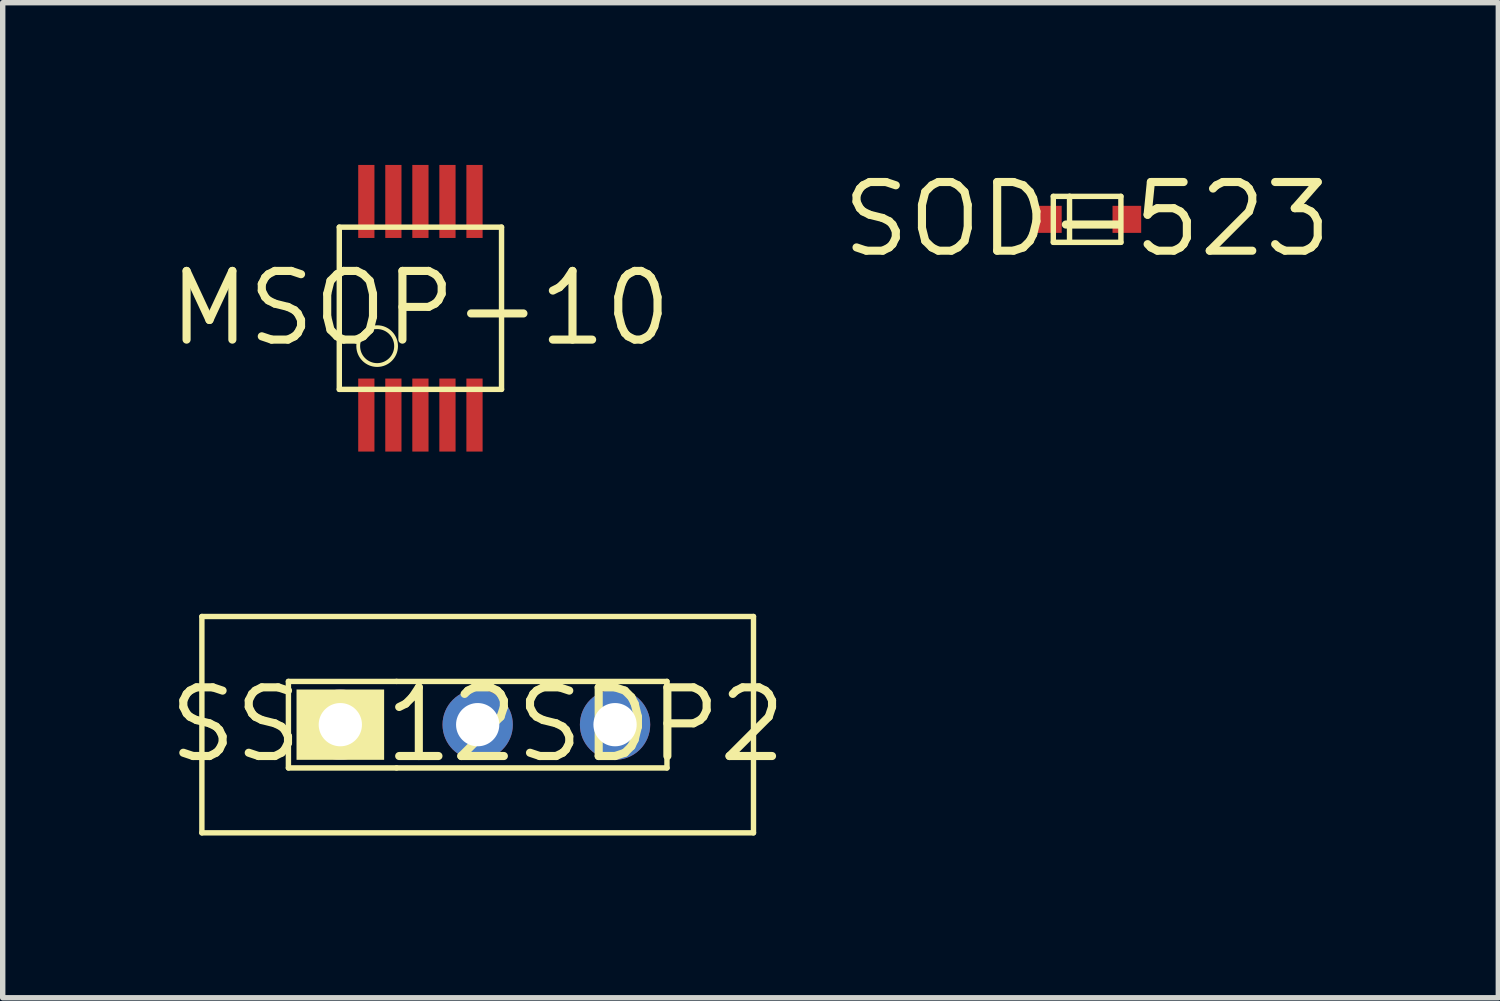
<source format=kicad_pcb>
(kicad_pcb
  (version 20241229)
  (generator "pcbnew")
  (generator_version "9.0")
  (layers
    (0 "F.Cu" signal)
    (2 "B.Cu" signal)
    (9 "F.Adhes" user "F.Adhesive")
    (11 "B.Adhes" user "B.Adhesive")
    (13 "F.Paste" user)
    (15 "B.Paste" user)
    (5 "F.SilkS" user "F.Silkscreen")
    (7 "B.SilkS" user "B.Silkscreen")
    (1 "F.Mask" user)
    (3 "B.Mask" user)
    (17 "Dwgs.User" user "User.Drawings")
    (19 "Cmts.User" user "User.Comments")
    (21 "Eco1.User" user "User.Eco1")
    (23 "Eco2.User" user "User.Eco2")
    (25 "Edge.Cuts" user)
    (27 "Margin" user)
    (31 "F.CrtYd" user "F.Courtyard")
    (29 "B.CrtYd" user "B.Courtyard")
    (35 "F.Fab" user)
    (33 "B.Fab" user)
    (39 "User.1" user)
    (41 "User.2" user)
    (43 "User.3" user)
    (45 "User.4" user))
  (footprint "SS-12SDP2"
    (layer "F.Cu")
    (at 5.783 10.35)
    (property "Reference" "SS-12SDP2" (at 0 0 0) (layer "F.SilkS") (effects (font (size 1.27 1.27) (thickness 0.15))))
    (fp_line (start -5.1 -2) (end -5.1 2) (stroke (width 0.1) (type solid)) (layer "F.SilkS"))
    (fp_line (start -5.1 2) (end 5.1 2) (stroke (width 0.1) (type solid)) (layer "F.SilkS"))
    (fp_line (start -3.5 -0.8) (end -3.5 0.8) (stroke (width 0.1) (type solid)) (layer "F.SilkS"))
    (fp_line (start -3.5 0.8) (end -1.5 0.8) (stroke (width 0.1) (type solid)) (layer "F.SilkS"))
    (fp_line (start -1.5 -0.8) (end -3.5 -0.8) (stroke (width 0.1) (type solid)) (layer "F.SilkS"))
    (fp_line (start -1.5 0.8) (end 3.5 0.8) (stroke (width 0.1) (type solid)) (layer "F.SilkS"))
    (fp_line (start 3.5 -0.8) (end -1.5 -0.8) (stroke (width 0.1) (type solid)) (layer "F.SilkS"))
    (fp_line (start 3.5 0.8) (end 3.5 -0.8) (stroke (width 0.1) (type solid)) (layer "F.SilkS"))
    (fp_line (start 5.1 -2) (end -5.1 -2) (stroke (width 0.1) (type solid)) (layer "F.SilkS"))
    (fp_line (start 5.1 2) (end 5.1 -2) (stroke (width 0.1) (type solid)) (layer "F.SilkS"))
    (fp_poly (pts (xy -1.73 0.65) (xy -3.35 0.65) (xy -3.35 -0.65) (xy -1.73 -0.65)) (stroke (width 0) (type default)) (fill yes) (layer "F.SilkS"))
    (pad "C" thru_hole circle (at 0 0) (size 1.3 1.3) (drill 0.8) (layers "*.Cu" "*.Mask"))
    (pad "L" thru_hole circle (at -2.54 0) (size 1.3 1.3) (drill 0.8) (layers "*.Cu" "*.Mask"))
    (pad "R" thru_hole circle (at 2.54 0) (size 1.3 1.3) (drill 0.8) (layers "*.Cu" "*.Mask")))
  (footprint "SOD-523"
    (layer "F.Cu")
    (at 17.052 1.006)
    (property "Reference" "SOD-523" (at 0 0 0) (layer "F.SilkS") (effects (font (size 1.27 1.27) (thickness 0.15))))
    (fp_line (start -0.625 -0.425) (end -0.625 0.425) (stroke (width 0.1) (type solid)) (layer "F.SilkS"))
    (fp_line (start -0.625 0.425) (end -0.325 0.425) (stroke (width 0.1) (type solid)) (layer "F.SilkS"))
    (fp_line (start -0.325 -0.425) (end -0.625 -0.425) (stroke (width 0.1) (type solid)) (layer "F.SilkS"))
    (fp_line (start -0.325 -0.425) (end -0.325 0.425) (stroke (width 0.1) (type solid)) (layer "F.SilkS"))
    (fp_line (start -0.325 0.425) (end 0.625 0.425) (stroke (width 0.1) (type solid)) (layer "F.SilkS"))
    (fp_line (start 0.625 -0.425) (end -0.325 -0.425) (stroke (width 0.1) (type solid)) (layer "F.SilkS"))
    (fp_line (start 0.625 0.425) (end 0.625 -0.425) (stroke (width 0.1) (type solid)) (layer "F.SilkS"))
    (pad "A" smd rect (at 0.735 0) (size 0.53 0.5) (layers "F.Cu" "F.Mask" "F.Paste"))
    (pad "C" smd rect (at -0.735 0) (size 0.53 0.5) (layers "F.Cu" "F.Mask" "F.Paste")))
  (footprint "MSOP-10"
    (layer "F.Cu")
    (at 4.724 2.65)
    (property "Reference" "MSOP-10" (at 0 0 0) (layer "F.SilkS") (effects (font (size 1.27 1.27) (thickness 0.15))))
    (fp_line (start -1.5 -1.5) (end -1.5 1.5) (stroke (width 0.1) (type solid)) (layer "F.SilkS"))
    (fp_line (start -1.5 1.5) (end 1.5 1.5) (stroke (width 0.1) (type solid)) (layer "F.SilkS"))
    (fp_line (start 1.5 -1.5) (end -1.5 -1.5) (stroke (width 0.1) (type solid)) (layer "F.SilkS"))
    (fp_line (start 1.5 1.5) (end 1.5 -1.5) (stroke (width 0.1) (type solid)) (layer "F.SilkS"))
    (fp_circle (center -0.8 0.7) (end -0.45 0.7) (stroke (width 0.07) (type solid)) (fill no) (layer "F.SilkS"))
    (pad "3V3" smd rect (at -1 -1.975) (size 0.3 1.35) (layers "F.Cu" "F.Mask" "F.Paste"))
    (pad "CTS#" smd rect (at 1 1.975) (size 0.3 1.35) (layers "F.Cu" "F.Mask" "F.Paste"))
    (pad "GND" smd rect (at 0 1.975) (size 0.3 1.35) (layers "F.Cu" "F.Mask" "F.Paste"))
    (pad "RTS#" smd rect (at 0.5 1.975) (size 0.3 1.35) (layers "F.Cu" "F.Mask" "F.Paste"))
    (pad "RXD" smd rect (at -0.5 -1.975) (size 0.3 1.35) (layers "F.Cu" "F.Mask" "F.Paste"))
    (pad "TNOW" smd rect (at 1 -1.975) (size 0.3 1.35) (layers "F.Cu" "F.Mask" "F.Paste"))
    (pad "TXD" smd rect (at 0 -1.975) (size 0.3 1.35) (layers "F.Cu" "F.Mask" "F.Paste"))
    (pad "UD+" smd rect (at -1 1.975) (size 0.3 1.35) (layers "F.Cu" "F.Mask" "F.Paste"))
    (pad "UD-" smd rect (at -0.5 1.975) (size 0.3 1.35) (layers "F.Cu" "F.Mask" "F.Paste"))
    (pad "VCC" smd rect (at 0.5 -1.975) (size 0.3 1.35) (layers "F.Cu" "F.Mask" "F.Paste")))
  (gr_rect
    (start -3 -3)
    (end 24.656 15.4)
    (stroke (width 0.1) (type default))
    (fill no)
    (layer "Edge.Cuts")))
</source>
